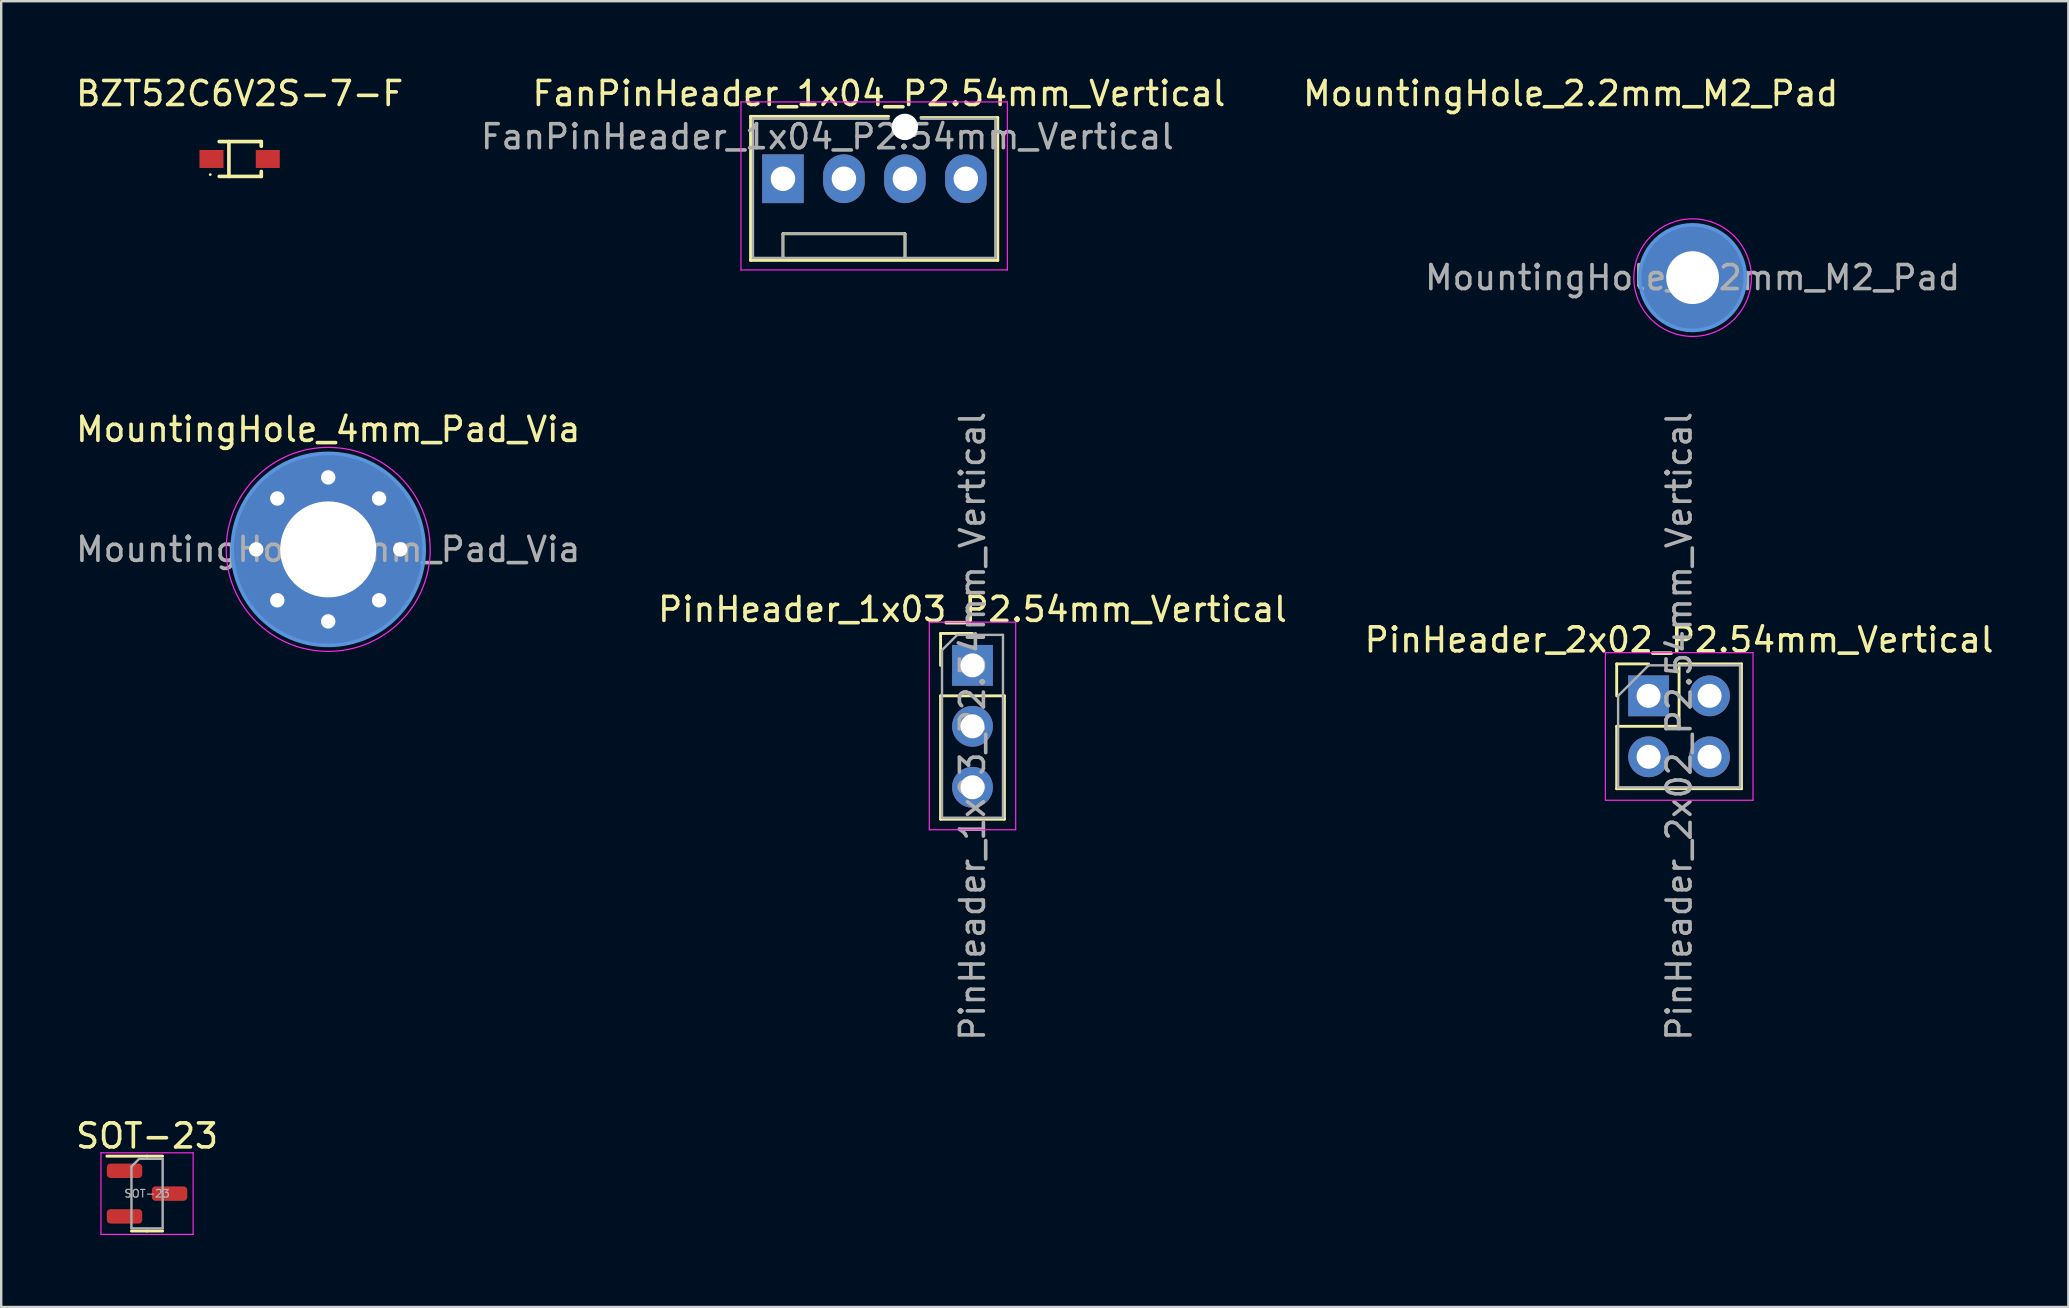
<source format=kicad_pcb>
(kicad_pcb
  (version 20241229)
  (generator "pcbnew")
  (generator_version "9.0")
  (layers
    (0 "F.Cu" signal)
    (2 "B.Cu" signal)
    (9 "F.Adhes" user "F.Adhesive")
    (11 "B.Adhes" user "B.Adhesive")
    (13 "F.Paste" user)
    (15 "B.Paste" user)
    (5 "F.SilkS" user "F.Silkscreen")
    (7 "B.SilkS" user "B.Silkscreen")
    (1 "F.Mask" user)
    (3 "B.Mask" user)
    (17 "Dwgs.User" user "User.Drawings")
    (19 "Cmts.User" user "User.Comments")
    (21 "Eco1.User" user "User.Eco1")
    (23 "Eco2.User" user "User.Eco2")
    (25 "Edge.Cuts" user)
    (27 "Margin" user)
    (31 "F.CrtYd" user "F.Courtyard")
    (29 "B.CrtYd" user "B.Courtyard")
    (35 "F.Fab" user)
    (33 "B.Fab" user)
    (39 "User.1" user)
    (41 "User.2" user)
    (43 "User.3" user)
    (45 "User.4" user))
  (footprint "MountingHole_4mm_Pad_Via"
    (layer "F.Cu")
    (at 10.625 19.841)
    (property "Reference" "MountingHole_4mm_Pad_Via" (at 0 -5 0) (layer "F.SilkS") (effects (font (size 1 1) (thickness 0.15))))
    (attr exclude_from_pos_files)
    (fp_circle (center 0 0) (end 4 0) (stroke (width 0.15) (type solid)) (fill no) (layer "Cmts.User"))
    (fp_circle (center 0 0) (end 4.25 0) (stroke (width 0.05) (type solid)) (fill no) (layer "F.CrtYd"))
    (fp_text user "${REFERENCE}" (at 0 0 0) (layer "F.Fab") (effects (font (size 1 1) (thickness 0.15))))
    (pad "1" thru_hole circle (at -3 0) (size 0.9 0.9) (drill 0.6) (layers "*.Cu" "*.Mask"))
    (pad "1" thru_hole circle (at -2.121 -2.121) (size 0.9 0.9) (drill 0.6) (layers "*.Cu" "*.Mask"))
    (pad "1" thru_hole circle (at -2.121 2.121) (size 0.9 0.9) (drill 0.6) (layers "*.Cu" "*.Mask"))
    (pad "1" thru_hole circle (at 0 -3) (size 0.9 0.9) (drill 0.6) (layers "*.Cu" "*.Mask"))
    (pad "1" thru_hole circle (at 0 0) (size 8 8) (drill 4) (layers "*.Cu" "*.Mask"))
    (pad "1" thru_hole circle (at 0 3) (size 0.9 0.9) (drill 0.6) (layers "*.Cu" "*.Mask"))
    (pad "1" thru_hole circle (at 2.121 -2.121) (size 0.9 0.9) (drill 0.6) (layers "*.Cu" "*.Mask"))
    (pad "1" thru_hole circle (at 2.121 2.121) (size 0.9 0.9) (drill 0.6) (layers "*.Cu" "*.Mask"))
    (pad "1" thru_hole circle (at 3 0) (size 0.9 0.9) (drill 0.6) (layers "*.Cu" "*.Mask")))
  (footprint "FanPinHeader_1x04_P2.54mm_Vertical"
    (layer "F.Cu")
    (at 29.573 4.398)
    (property "Reference" "FanPinHeader_1x04_P2.54mm_Vertical" (at 4 -3.55 180) (layer "F.SilkS") (effects (font (size 1 1) (thickness 0.15))))
    (attr through_hole)
    (fp_line (start -1.35 -2.6) (end 4.4 -2.6) (stroke (width 0.12) (type solid)) (layer "F.SilkS"))
    (fp_line (start -1.35 3.4) (end -1.35 -2.6) (stroke (width 0.12) (type solid)) (layer "F.SilkS"))
    (fp_line (start 0 2.29) (end 5.08 2.29) (stroke (width 0.12) (type solid)) (layer "F.SilkS"))
    (fp_line (start 0 3.3) (end 0 2.29) (stroke (width 0.12) (type solid)) (layer "F.SilkS"))
    (fp_line (start 5.08 2.29) (end 5.08 3.3) (stroke (width 0.12) (type solid)) (layer "F.SilkS"))
    (fp_line (start 5.75 -2.55) (end 8.95 -2.55) (stroke (width 0.12) (type solid)) (layer "F.SilkS"))
    (fp_line (start 8.95 -2.55) (end 8.95 3.4) (stroke (width 0.12) (type solid)) (layer "F.SilkS"))
    (fp_line (start 8.95 3.4) (end -1.35 3.4) (stroke (width 0.12) (type solid)) (layer "F.SilkS"))
    (fp_line (start -1.75 3.8) (end -1.75 -3.2) (stroke (width 0.05) (type solid)) (layer "F.CrtYd"))
    (fp_line (start -1.75 3.8) (end 9.35 3.8) (stroke (width 0.05) (type solid)) (layer "F.CrtYd"))
    (fp_line (start 9.35 -3.2) (end -1.75 -3.2) (stroke (width 0.05) (type solid)) (layer "F.CrtYd"))
    (fp_line (start 9.35 -3.2) (end 9.35 3.8) (stroke (width 0.05) (type solid)) (layer "F.CrtYd"))
    (fp_line (start -1.25 -2.5) (end 4.4 -2.5) (stroke (width 0.1) (type solid)) (layer "F.Fab"))
    (fp_line (start -1.25 3.3) (end -1.25 -2.5) (stroke (width 0.1) (type solid)) (layer "F.Fab"))
    (fp_line (start -1.2 3.3) (end -1.25 3.3) (stroke (width 0.1) (type solid)) (layer "F.Fab"))
    (fp_line (start 0 2.3) (end 0 3.3) (stroke (width 0.1) (type solid)) (layer "F.Fab"))
    (fp_line (start 5.1 2.3) (end 0 2.3) (stroke (width 0.1) (type solid)) (layer "F.Fab"))
    (fp_line (start 5.1 3.3) (end 5.1 2.3) (stroke (width 0.1) (type solid)) (layer "F.Fab"))
    (fp_line (start 5.75 -2.5) (end 8.85 -2.5) (stroke (width 0.1) (type solid)) (layer "F.Fab"))
    (fp_line (start 8.85 -2.5) (end 8.85 3.3) (stroke (width 0.1) (type solid)) (layer "F.Fab"))
    (fp_line (start 8.85 3.3) (end -1.2 3.3) (stroke (width 0.1) (type solid)) (layer "F.Fab"))
    (fp_text user "${REFERENCE}" (at 1.85 -1.75 180) (layer "F.Fab") (effects (font (size 1 1) (thickness 0.15))))
    (pad "" np_thru_hole circle (at 5.08 -2.16 90) (size 1.1 1.1) (drill 1.1) (layers "*.Cu" "*.Mask"))
    (pad "1" thru_hole rect (at 0 0 90) (size 2.03 1.73) (drill 1.02) (layers "*.Cu" "*.Mask"))
    (pad "2" thru_hole oval (at 2.54 0 90) (size 2.03 1.73) (drill 1.02) (layers "*.Cu" "*.Mask"))
    (pad "3" thru_hole oval (at 5.08 0 90) (size 2.03 1.73) (drill 1.02) (layers "*.Cu" "*.Mask"))
    (pad "4" thru_hole oval (at 7.62 0 90) (size 2.03 1.73) (drill 1.02) (layers "*.Cu" "*.Mask")))
  (footprint "MountingHole_2.2mm_M2_Pad"
    (layer "F.Cu")
    (at 67.474 8.518)
    (property "Reference" "MountingHole_2.2mm_M2_Pad" (at -5.08 -7.67 0) (layer "F.SilkS") (effects (font (size 1 1) (thickness 0.15))))
    (attr exclude_from_pos_files)
    (fp_circle (center 0 0) (end 2.2 0) (stroke (width 0.15) (type solid)) (fill no) (layer "Cmts.User"))
    (fp_circle (center 0 0) (end 2.45 0) (stroke (width 0.05) (type solid)) (fill no) (layer "F.CrtYd"))
    (fp_text user "${REFERENCE}" (at 0 0 0) (layer "F.Fab") (effects (font (size 1 1) (thickness 0.15))))
    (pad "1" thru_hole circle (at 0 0) (size 4.4 4.4) (drill 2.2) (layers "*.Cu" "*.Mask")))
  (footprint "BZT52C6V2S-7-F"
    (layer "F.Cu")
    (at 6.935 3.574)
    (property "Reference" "BZT52C6V2S-7-F" (at 0 -2.726 180) (layer "F.SilkS") (effects (font (size 1 1) (thickness 0.15))))
    (attr through_hole)
    (fp_line (start -0.851 -0.726) (end 0.901 -0.726) (stroke (width 0.152) (type solid)) (layer "F.SilkS"))
    (fp_line (start -0.851 0.726) (end 0.901 0.726) (stroke (width 0.152) (type solid)) (layer "F.SilkS"))
    (fp_line (start -0.447 -0.726) (end -0.447 0.726) (stroke (width 0.152) (type solid)) (layer "F.SilkS"))
    (fp_line (start 0.901 -0.726) (end 0.901 -0.53) (stroke (width 0.152) (type solid)) (layer "F.SilkS"))
    (fp_line (start 0.901 0.726) (end 0.901 0.52) (stroke (width 0.152) (type solid)) (layer "F.SilkS"))
    (fp_circle (center -1.225 0.65) (end -1.195 0.65) (stroke (width 0.06) (type solid)) (fill no) (layer "F.SilkS"))
    (pad "1" smd rect (at -1.173 0) (size 1 0.75) (layers "F.Cu" "F.Mask" "F.Paste"))
    (pad "2" smd rect (at 1.173 0) (size 1 0.75) (layers "F.Cu" "F.Mask" "F.Paste")))
  (footprint "PinHeader_1x03_P2.54mm_Vertical"
    (layer "F.Cu")
    (at 37.47 24.673)
    (property "Reference" "PinHeader_1x03_P2.54mm_Vertical" (at 0 -2.33 0) (layer "F.SilkS") (effects (font (size 1 1) (thickness 0.15))))
    (attr through_hole)
    (fp_line (start -1.33 -1.33) (end 0 -1.33) (stroke (width 0.12) (type solid)) (layer "F.SilkS"))
    (fp_line (start -1.33 0) (end -1.33 -1.33) (stroke (width 0.12) (type solid)) (layer "F.SilkS"))
    (fp_line (start -1.33 1.27) (end -1.33 6.41) (stroke (width 0.12) (type solid)) (layer "F.SilkS"))
    (fp_line (start -1.33 1.27) (end 1.33 1.27) (stroke (width 0.12) (type solid)) (layer "F.SilkS"))
    (fp_line (start -1.33 6.41) (end 1.33 6.41) (stroke (width 0.12) (type solid)) (layer "F.SilkS"))
    (fp_line (start 1.33 1.27) (end 1.33 6.41) (stroke (width 0.12) (type solid)) (layer "F.SilkS"))
    (fp_line (start -1.8 -1.8) (end -1.8 6.85) (stroke (width 0.05) (type solid)) (layer "F.CrtYd"))
    (fp_line (start -1.8 6.85) (end 1.8 6.85) (stroke (width 0.05) (type solid)) (layer "F.CrtYd"))
    (fp_line (start 1.8 -1.8) (end -1.8 -1.8) (stroke (width 0.05) (type solid)) (layer "F.CrtYd"))
    (fp_line (start 1.8 6.85) (end 1.8 -1.8) (stroke (width 0.05) (type solid)) (layer "F.CrtYd"))
    (fp_line (start -1.27 -0.635) (end -0.635 -1.27) (stroke (width 0.1) (type solid)) (layer "F.Fab"))
    (fp_line (start -1.27 6.35) (end -1.27 -0.635) (stroke (width 0.1) (type solid)) (layer "F.Fab"))
    (fp_line (start -0.635 -1.27) (end 1.27 -1.27) (stroke (width 0.1) (type solid)) (layer "F.Fab"))
    (fp_line (start 1.27 -1.27) (end 1.27 6.35) (stroke (width 0.1) (type solid)) (layer "F.Fab"))
    (fp_line (start 1.27 6.35) (end -1.27 6.35) (stroke (width 0.1) (type solid)) (layer "F.Fab"))
    (fp_text user "${REFERENCE}" (at 0 2.54 270) (layer "F.Fab") (effects (font (size 1 1) (thickness 0.15))))
    (pad "1" thru_hole rect (at 0 0) (size 1.7 1.7) (drill 1) (layers "*.Cu" "*.Mask"))
    (pad "2" thru_hole oval (at 0 2.54) (size 1.7 1.7) (drill 1) (layers "*.Cu" "*.Mask"))
    (pad "3" thru_hole oval (at 0 5.08) (size 1.7 1.7) (drill 1) (layers "*.Cu" "*.Mask")))
  (footprint "SOT-23"
    (layer "F.Cu")
    (at 3.077 46.682)
    (property "Reference" "SOT-23" (at 0 -2.4 180) (layer "F.SilkS") (effects (font (size 1 1) (thickness 0.15))))
    (attr smd)
    (fp_line (start 0 -1.56) (end -1.675 -1.56) (stroke (width 0.12) (type solid)) (layer "F.SilkS"))
    (fp_line (start 0 -1.56) (end 0.65 -1.56) (stroke (width 0.12) (type solid)) (layer "F.SilkS"))
    (fp_line (start 0 1.56) (end -0.65 1.56) (stroke (width 0.12) (type solid)) (layer "F.SilkS"))
    (fp_line (start 0 1.56) (end 0.65 1.56) (stroke (width 0.12) (type solid)) (layer "F.SilkS"))
    (fp_line (start -1.92 -1.7) (end -1.92 1.7) (stroke (width 0.05) (type solid)) (layer "F.CrtYd"))
    (fp_line (start -1.92 1.7) (end 1.92 1.7) (stroke (width 0.05) (type solid)) (layer "F.CrtYd"))
    (fp_line (start 1.92 -1.7) (end -1.92 -1.7) (stroke (width 0.05) (type solid)) (layer "F.CrtYd"))
    (fp_line (start 1.92 1.7) (end 1.92 -1.7) (stroke (width 0.05) (type solid)) (layer "F.CrtYd"))
    (fp_line (start -0.65 -1.125) (end -0.325 -1.45) (stroke (width 0.1) (type solid)) (layer "F.Fab"))
    (fp_line (start -0.65 1.45) (end -0.65 -1.125) (stroke (width 0.1) (type solid)) (layer "F.Fab"))
    (fp_line (start -0.325 -1.45) (end 0.65 -1.45) (stroke (width 0.1) (type solid)) (layer "F.Fab"))
    (fp_line (start 0.65 -1.45) (end 0.65 1.45) (stroke (width 0.1) (type solid)) (layer "F.Fab"))
    (fp_line (start 0.65 1.45) (end -0.65 1.45) (stroke (width 0.1) (type solid)) (layer "F.Fab"))
    (fp_text user "${REFERENCE}" (at 0 0 180) (layer "F.Fab") (effects (font (size 0.32 0.32) (thickness 0.05))))
    (pad "1" smd roundrect (at -0.938 -0.95) (size 1.475 0.6) (layers "F.Cu" "F.Mask" "F.Paste") (roundrect_rratio 0.25))
    (pad "2" smd roundrect (at -0.938 0.95) (size 1.475 0.6) (layers "F.Cu" "F.Mask" "F.Paste") (roundrect_rratio 0.25))
    (pad "3" smd roundrect (at 0.938 0) (size 1.475 0.6) (layers "F.Cu" "F.Mask" "F.Paste") (roundrect_rratio 0.25)))
  (footprint "PinHeader_2x02_P2.54mm_Vertical"
    (layer "F.Cu")
    (at 65.641 25.943)
    (property "Reference" "PinHeader_2x02_P2.54mm_Vertical" (at 1.27 -2.33 0) (layer "F.SilkS") (effects (font (size 1 1) (thickness 0.15))))
    (attr through_hole)
    (fp_line (start -1.33 -1.33) (end 0 -1.33) (stroke (width 0.12) (type solid)) (layer "F.SilkS"))
    (fp_line (start -1.33 0) (end -1.33 -1.33) (stroke (width 0.12) (type solid)) (layer "F.SilkS"))
    (fp_line (start -1.33 1.27) (end -1.33 3.87) (stroke (width 0.12) (type solid)) (layer "F.SilkS"))
    (fp_line (start -1.33 1.27) (end 1.27 1.27) (stroke (width 0.12) (type solid)) (layer "F.SilkS"))
    (fp_line (start -1.33 3.87) (end 3.87 3.87) (stroke (width 0.12) (type solid)) (layer "F.SilkS"))
    (fp_line (start 1.27 -1.33) (end 3.87 -1.33) (stroke (width 0.12) (type solid)) (layer "F.SilkS"))
    (fp_line (start 1.27 1.27) (end 1.27 -1.33) (stroke (width 0.12) (type solid)) (layer "F.SilkS"))
    (fp_line (start 3.87 -1.33) (end 3.87 3.87) (stroke (width 0.12) (type solid)) (layer "F.SilkS"))
    (fp_line (start -1.8 -1.8) (end -1.8 4.35) (stroke (width 0.05) (type solid)) (layer "F.CrtYd"))
    (fp_line (start -1.8 4.35) (end 4.35 4.35) (stroke (width 0.05) (type solid)) (layer "F.CrtYd"))
    (fp_line (start 4.35 -1.8) (end -1.8 -1.8) (stroke (width 0.05) (type solid)) (layer "F.CrtYd"))
    (fp_line (start 4.35 4.35) (end 4.35 -1.8) (stroke (width 0.05) (type solid)) (layer "F.CrtYd"))
    (fp_line (start -1.27 0) (end 0 -1.27) (stroke (width 0.1) (type solid)) (layer "F.Fab"))
    (fp_line (start -1.27 3.81) (end -1.27 0) (stroke (width 0.1) (type solid)) (layer "F.Fab"))
    (fp_line (start 0 -1.27) (end 3.81 -1.27) (stroke (width 0.1) (type solid)) (layer "F.Fab"))
    (fp_line (start 3.81 -1.27) (end 3.81 3.81) (stroke (width 0.1) (type solid)) (layer "F.Fab"))
    (fp_line (start 3.81 3.81) (end -1.27 3.81) (stroke (width 0.1) (type solid)) (layer "F.Fab"))
    (fp_text user "${REFERENCE}" (at 1.27 1.27 90) (layer "F.Fab") (effects (font (size 1 1) (thickness 0.15))))
    (pad "1" thru_hole rect (at 0 0) (size 1.7 1.7) (drill 1) (layers "*.Cu" "*.Mask"))
    (pad "2" thru_hole oval (at 2.54 0) (size 1.7 1.7) (drill 1) (layers "*.Cu" "*.Mask"))
    (pad "3" thru_hole oval (at 0 2.54) (size 1.7 1.7) (drill 1) (layers "*.Cu" "*.Mask"))
    (pad "4" thru_hole oval (at 2.54 2.54) (size 1.7 1.7) (drill 1) (layers "*.Cu" "*.Mask")))
  (gr_rect
    (start -3 -3)
    (end 83.131 51.407)
    (stroke (width 0.1) (type default))
    (fill no)
    (layer "Edge.Cuts")))
</source>
